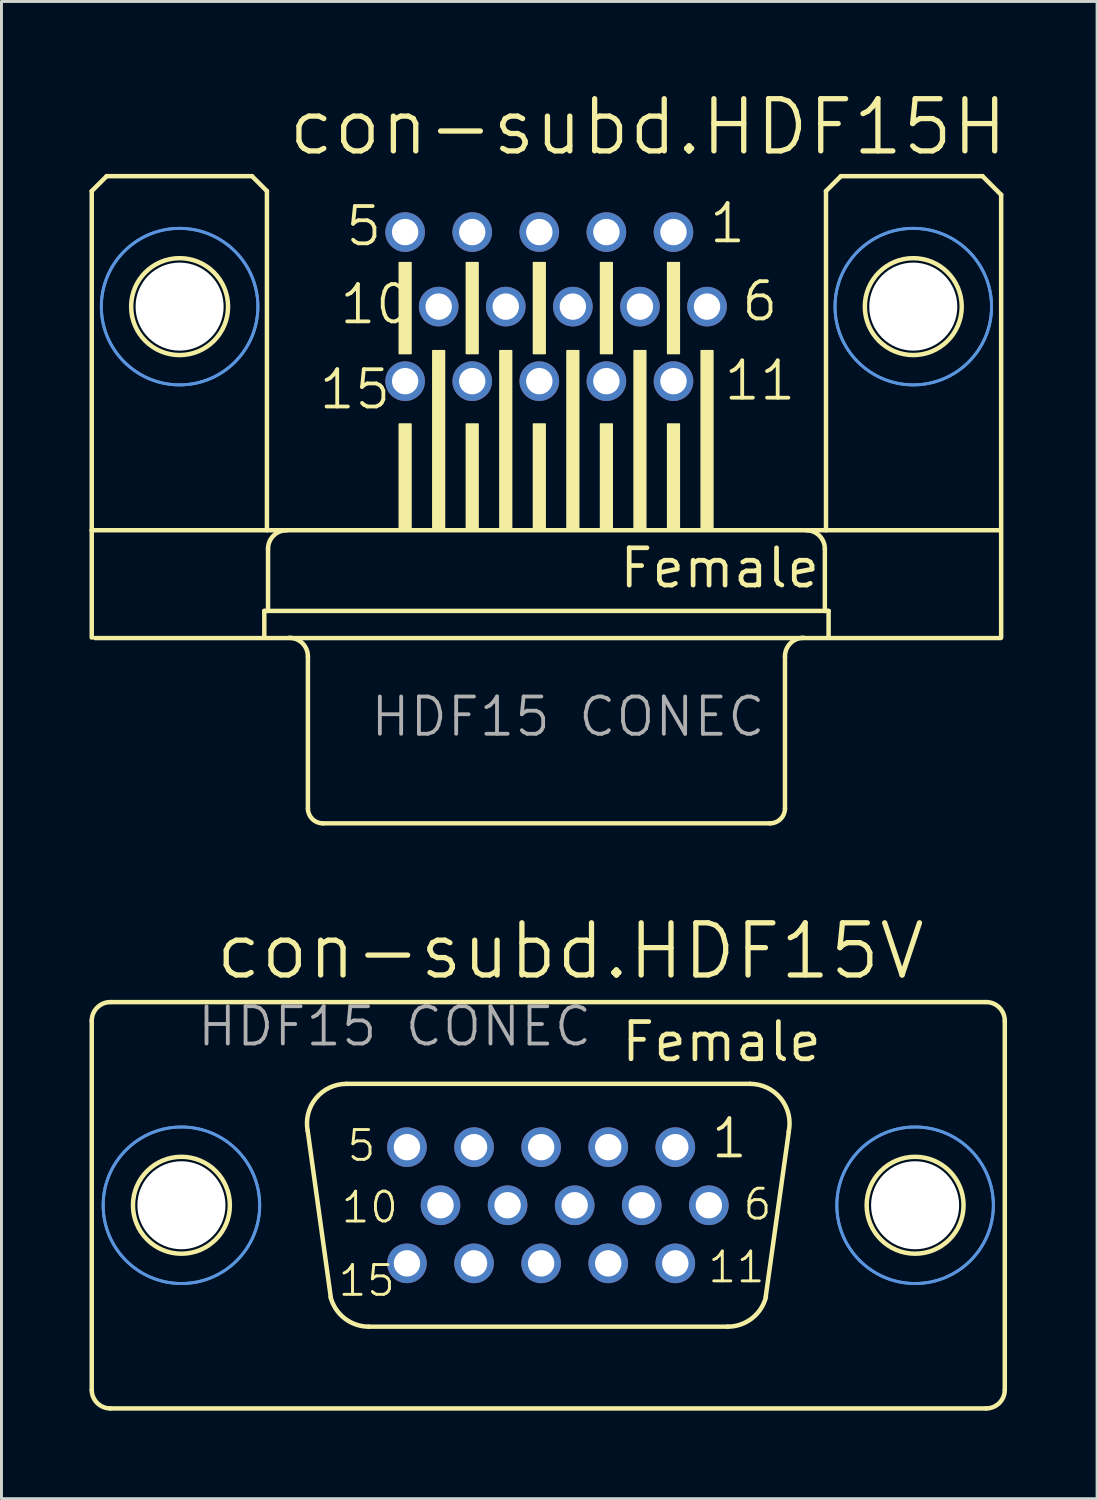
<source format=kicad_pcb>
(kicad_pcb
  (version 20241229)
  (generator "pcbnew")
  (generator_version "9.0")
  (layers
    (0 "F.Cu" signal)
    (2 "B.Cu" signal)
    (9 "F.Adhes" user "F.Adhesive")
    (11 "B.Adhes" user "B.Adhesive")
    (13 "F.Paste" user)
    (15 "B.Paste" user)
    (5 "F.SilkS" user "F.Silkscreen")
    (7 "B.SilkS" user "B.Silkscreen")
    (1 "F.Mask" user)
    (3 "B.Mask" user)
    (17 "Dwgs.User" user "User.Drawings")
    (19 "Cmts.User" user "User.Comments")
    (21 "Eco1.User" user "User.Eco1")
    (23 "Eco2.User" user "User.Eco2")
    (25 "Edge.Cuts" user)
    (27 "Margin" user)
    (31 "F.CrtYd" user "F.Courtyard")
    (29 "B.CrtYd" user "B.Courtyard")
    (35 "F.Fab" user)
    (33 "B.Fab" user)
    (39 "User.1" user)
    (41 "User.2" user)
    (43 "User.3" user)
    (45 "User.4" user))
  (footprint "con-subd.HDF15H"
    (layer "F.Cu")
    (at 15.57 7.398)
    (property "Reference" "con-subd.HDF15H" (at -8.89 -5.08 0) (layer "F.SilkS") (effects (font (size 1.778 1.778) (thickness 0.18)) (justify left bottom)))
    (attr through_hole)
    (fp_line (start -15.494 -3.937) (end -15.494 7.62) (stroke (width 0.152) (type default)) (layer "F.SilkS"))
    (fp_line (start -15.494 11.276) (end -15.494 7.62) (stroke (width 0.152) (type default)) (layer "F.SilkS"))
    (fp_line (start -14.986 -4.445) (end -15.494 -3.937) (stroke (width 0.152) (type default)) (layer "F.SilkS"))
    (fp_line (start -10.033 -4.445) (end -14.986 -4.445) (stroke (width 0.152) (type default)) (layer "F.SilkS"))
    (fp_line (start -9.614 10.368) (end -9.614 11.276) (stroke (width 0.152) (type default)) (layer "F.SilkS"))
    (fp_line (start -9.525 -3.937) (end -10.033 -4.445) (stroke (width 0.152) (type default)) (layer "F.SilkS"))
    (fp_line (start -9.525 -3.937) (end -9.525 7.62) (stroke (width 0.152) (type default)) (layer "F.SilkS"))
    (fp_line (start -9.487 8.255) (end -9.487 10.368) (stroke (width 0.152) (type default)) (layer "F.SilkS"))
    (fp_line (start -9.487 10.368) (end -9.614 10.368) (stroke (width 0.152) (type default)) (layer "F.SilkS"))
    (fp_line (start -8.128 11.919) (end -8.128 17.099) (stroke (width 0.152) (type default)) (layer "F.SilkS"))
    (fp_line (start 7.62 17.607) (end -7.62 17.607) (stroke (width 0.152) (type default)) (layer "F.SilkS"))
    (fp_line (start 8.128 11.919) (end 8.128 17.099) (stroke (width 0.152) (type default)) (layer "F.SilkS"))
    (fp_line (start 9.487 8.255) (end 9.487 10.368) (stroke (width 0.152) (type default)) (layer "F.SilkS"))
    (fp_line (start 9.487 10.368) (end -9.487 10.368) (stroke (width 0.152) (type default)) (layer "F.SilkS"))
    (fp_line (start 9.525 -3.937) (end 9.525 7.62) (stroke (width 0.152) (type default)) (layer "F.SilkS"))
    (fp_line (start 9.614 10.368) (end 9.487 10.368) (stroke (width 0.152) (type default)) (layer "F.SilkS"))
    (fp_line (start 9.614 10.368) (end 9.614 11.276) (stroke (width 0.152) (type default)) (layer "F.SilkS"))
    (fp_line (start 10.033 -4.445) (end 9.525 -3.937) (stroke (width 0.152) (type default)) (layer "F.SilkS"))
    (fp_line (start 10.033 -4.445) (end 14.859 -4.445) (stroke (width 0.152) (type default)) (layer "F.SilkS"))
    (fp_line (start 14.859 -4.445) (end 15.494 -3.81) (stroke (width 0.152) (type default)) (layer "F.SilkS"))
    (fp_line (start 15.475 7.62) (end -15.494 7.62) (stroke (width 0.152) (type default)) (layer "F.SilkS"))
    (fp_line (start 15.476 11.294) (end -15.38 11.294) (stroke (width 0.152) (type default)) (layer "F.SilkS"))
    (fp_line (start 15.494 -3.81) (end 15.494 11.276) (stroke (width 0.152) (type default)) (layer "F.SilkS"))
    (fp_rect (start -5.015 1.6) (end -4.615 -1.5) (stroke (width 0.05) (type default)) (fill yes) (layer "F.SilkS"))
    (fp_rect (start -5.015 7.6) (end -4.615 4) (stroke (width 0.05) (type default)) (fill yes) (layer "F.SilkS"))
    (fp_rect (start -3.872 7.6) (end -3.472 1.5) (stroke (width 0.05) (type default)) (fill yes) (layer "F.SilkS"))
    (fp_rect (start -2.729 1.6) (end -2.329 -1.5) (stroke (width 0.05) (type default)) (fill yes) (layer "F.SilkS"))
    (fp_rect (start -2.729 7.6) (end -2.329 4) (stroke (width 0.05) (type default)) (fill yes) (layer "F.SilkS"))
    (fp_rect (start -1.586 7.6) (end -1.186 1.5) (stroke (width 0.05) (type default)) (fill yes) (layer "F.SilkS"))
    (fp_rect (start -0.443 1.6) (end -0.043 -1.5) (stroke (width 0.05) (type default)) (fill yes) (layer "F.SilkS"))
    (fp_rect (start -0.443 7.6) (end -0.043 4) (stroke (width 0.05) (type default)) (fill yes) (layer "F.SilkS"))
    (fp_rect (start 0.7 7.6) (end 1.1 1.5) (stroke (width 0.05) (type default)) (fill yes) (layer "F.SilkS"))
    (fp_rect (start 1.843 1.6) (end 2.243 -1.5) (stroke (width 0.05) (type default)) (fill yes) (layer "F.SilkS"))
    (fp_rect (start 1.843 7.6) (end 2.243 4) (stroke (width 0.05) (type default)) (fill yes) (layer "F.SilkS"))
    (fp_rect (start 2.986 7.6) (end 3.386 1.5) (stroke (width 0.05) (type default)) (fill yes) (layer "F.SilkS"))
    (fp_rect (start 4.129 1.6) (end 4.529 -1.5) (stroke (width 0.05) (type default)) (fill yes) (layer "F.SilkS"))
    (fp_rect (start 4.129 7.6) (end 4.529 4) (stroke (width 0.05) (type default)) (fill yes) (layer "F.SilkS"))
    (fp_rect (start 5.272 7.6) (end 5.672 1.5) (stroke (width 0.05) (type default)) (fill yes) (layer "F.SilkS"))
    (fp_arc (start -9.487 8.255) (mid -9.301013 7.805987) (end -8.852 7.62) (stroke (width 0.1524) (type default)) (layer "F.SilkS"))
    (fp_arc (start -8.763 11.284) (mid -8.313987 11.469987) (end -8.128 11.919) (stroke (width 0.1524) (type default)) (layer "F.SilkS"))
    (fp_arc (start -7.62 17.607) (mid -7.97921 17.45821) (end -8.128 17.099) (stroke (width 0.1524) (type default)) (layer "F.SilkS"))
    (fp_arc (start 8.128 11.919) (mid 8.313987 11.469987) (end 8.763 11.284) (stroke (width 0.1524) (type default)) (layer "F.SilkS"))
    (fp_arc (start 8.128 17.099) (mid 7.97921 17.45821) (end 7.62 17.607) (stroke (width 0.1524) (type default)) (layer "F.SilkS"))
    (fp_arc (start 8.852 7.62) (mid 9.301013 7.805987) (end 9.487 8.255) (stroke (width 0.1524) (type default)) (layer "F.SilkS"))
    (fp_circle (center -12.5 0) (end -10.849 0) (stroke (width 0.152) (type default)) (fill no) (layer "F.SilkS"))
    (fp_circle (center 12.5 0) (end 14.151 0) (stroke (width 0.152) (type default)) (fill no) (layer "F.SilkS"))
    (fp_circle (center -12.5 0) (end -9.833 0) (stroke (width 0.1) (type default)) (fill no) (layer "Cmts.User"))
    (fp_circle (center -12.5 0) (end -9.833 0) (stroke (width 0.1) (type default)) (fill no) (layer "Cmts.User"))
    (fp_circle (center 12.5 0) (end 15.167 0) (stroke (width 0.1) (type default)) (fill no) (layer "Cmts.User"))
    (fp_circle (center 12.5 0) (end 15.167 0) (stroke (width 0.1) (type default)) (fill no) (layer "Cmts.User"))
    (fp_text user "1" (at 5.48 -2.095 0) (layer "F.SilkS") (effects (font (size 1.27 1.27) (thickness 0.13)) (justify left bottom)))
    (fp_text user "10" (at -7.115 0.665 0) (layer "F.SilkS") (effects (font (size 1.27 1.27) (thickness 0.13)) (justify left bottom)))
    (fp_text user "15" (at -7.82 3.565 0) (layer "F.SilkS") (effects (font (size 1.27 1.27) (thickness 0.13)) (justify left bottom)))
    (fp_text user "Female" (at 2.413 9.652 0) (layer "F.SilkS") (effects (font (size 1.27 1.27) (thickness 0.16)) (justify left bottom)))
    (fp_text user "5" (at -6.915 -1.995 0) (layer "F.SilkS") (effects (font (size 1.27 1.27) (thickness 0.13)) (justify left bottom)))
    (fp_text user "11" (at 5.98 3.265 0) (layer "F.SilkS") (effects (font (size 1.27 1.27) (thickness 0.13)) (justify left bottom)))
    (fp_text user "6" (at 6.58 0.565 0) (layer "F.SilkS") (effects (font (size 1.27 1.27) (thickness 0.13)) (justify left bottom)))
    (fp_text user "HDF15 CONEC" (at -6.064 14.717 0) (layer "F.Fab") (effects (font (size 1.27 1.27) (thickness 0.13)) (justify left bottom)))
    (pad "" np_thru_hole circle (at -12.5 0) (size 3 3) (drill 3) (layers "*.Cu" "*.Mask"))
    (pad "" np_thru_hole circle (at 12.5 0) (size 3 3) (drill 3) (layers "*.Cu" "*.Mask"))
    (pad "1" thru_hole circle (at 4.329 -2.54) (size 1.35 1.35) (drill 0.9) (layers "*.Cu" "*.Mask"))
    (pad "2" thru_hole circle (at 2.043 -2.54) (size 1.35 1.35) (drill 0.9) (layers "*.Cu" "*.Mask"))
    (pad "3" thru_hole circle (at -0.243 -2.54) (size 1.35 1.35) (drill 0.9) (layers "*.Cu" "*.Mask"))
    (pad "4" thru_hole circle (at -2.529 -2.54) (size 1.35 1.35) (drill 0.9) (layers "*.Cu" "*.Mask"))
    (pad "5" thru_hole circle (at -4.815 -2.54) (size 1.35 1.35) (drill 0.9) (layers "*.Cu" "*.Mask"))
    (pad "6" thru_hole circle (at 5.472 0) (size 1.35 1.35) (drill 0.9) (layers "*.Cu" "*.Mask"))
    (pad "7" thru_hole circle (at 3.186 0) (size 1.35 1.35) (drill 0.9) (layers "*.Cu" "*.Mask"))
    (pad "8" thru_hole circle (at 0.9 0) (size 1.35 1.35) (drill 0.9) (layers "*.Cu" "*.Mask"))
    (pad "9" thru_hole circle (at -1.386 0) (size 1.35 1.35) (drill 0.9) (layers "*.Cu" "*.Mask"))
    (pad "10" thru_hole circle (at -3.672 0) (size 1.35 1.35) (drill 0.9) (layers "*.Cu" "*.Mask"))
    (pad "11" thru_hole circle (at 4.329 2.54) (size 1.35 1.35) (drill 0.9) (layers "*.Cu" "*.Mask"))
    (pad "12" thru_hole circle (at 2.043 2.54) (size 1.35 1.35) (drill 0.9) (layers "*.Cu" "*.Mask"))
    (pad "13" thru_hole circle (at -0.243 2.54) (size 1.35 1.35) (drill 0.9) (layers "*.Cu" "*.Mask"))
    (pad "14" thru_hole circle (at -2.529 2.54) (size 1.35 1.35) (drill 0.9) (layers "*.Cu" "*.Mask"))
    (pad "15" thru_hole circle (at -4.815 2.54) (size 1.35 1.35) (drill 0.9) (layers "*.Cu" "*.Mask")))
  (footprint "con-subd.HDF15V"
    (layer "F.Cu")
    (at 15.632 38.019)
    (property "Reference" "con-subd.HDF15V" (at -11.43 -7.62 0) (layer "F.SilkS") (effects (font (size 1.778 1.778) (thickness 0.18)) (justify left bottom)))
    (attr through_hole)
    (fp_line (start -15.556 -6.288) (end -15.556 6.288) (stroke (width 0.152) (type default)) (layer "F.SilkS"))
    (fp_line (start -14.913 6.923) (end 14.921 6.923) (stroke (width 0.152) (type default)) (layer "F.SilkS"))
    (fp_line (start -7.409 3.146) (end -8.197 -2.537) (stroke (width 0.152) (type default)) (layer "F.SilkS"))
    (fp_line (start -6.876 -4.137) (end 6.876 -4.137) (stroke (width 0.152) (type default)) (layer "F.SilkS"))
    (fp_line (start -6.114 4.137) (end 6.114 4.137) (stroke (width 0.152) (type default)) (layer "F.SilkS"))
    (fp_line (start 8.197 -2.511) (end 7.409 3.121) (stroke (width 0.152) (type default)) (layer "F.SilkS"))
    (fp_line (start 14.913 -6.923) (end -14.921 -6.923) (stroke (width 0.152) (type default)) (layer "F.SilkS"))
    (fp_line (start 15.556 -6.288) (end 15.556 6.288) (stroke (width 0.152) (type default)) (layer "F.SilkS"))
    (fp_arc (start -15.556 -6.288) (mid -15.370013 -6.737013) (end -14.921 -6.923) (stroke (width 0.1524) (type default)) (layer "F.SilkS"))
    (fp_arc (start -14.921 6.923) (mid -15.370013 6.737013) (end -15.556 6.288) (stroke (width 0.1524) (type default)) (layer "F.SilkS"))
    (fp_arc (start -8.1961 -2.5268) (mid -7.917082 -3.644284) (end -6.876 -4.137) (stroke (width 0.1524) (type default)) (layer "F.SilkS"))
    (fp_arc (start -6.114 4.137) (mid -6.9375 3.855746) (end -7.4169 3.1295) (stroke (width 0.1524) (type default)) (layer "F.SilkS"))
    (fp_arc (start 6.876 -4.137) (mid 7.924556 -3.635184) (end 8.1915 -2.5038) (stroke (width 0.1524) (type default)) (layer "F.SilkS"))
    (fp_arc (start 7.4169 3.1295) (mid 6.9375 3.855746) (end 6.114 4.137) (stroke (width 0.1524) (type default)) (layer "F.SilkS"))
    (fp_arc (start 14.921 -6.923) (mid 15.370013 -6.737013) (end 15.556 -6.288) (stroke (width 0.1524) (type default)) (layer "F.SilkS"))
    (fp_arc (start 15.556 6.288) (mid 15.370013 6.737013) (end 14.921 6.923) (stroke (width 0.1524) (type default)) (layer "F.SilkS"))
    (fp_circle (center -12.5 0) (end -10.849 0) (stroke (width 0.152) (type default)) (fill no) (layer "F.SilkS"))
    (fp_circle (center 12.5 0) (end 14.151 0) (stroke (width 0.152) (type default)) (fill no) (layer "F.SilkS"))
    (fp_circle (center -12.5 0) (end -9.833 0) (stroke (width 0.1) (type default)) (fill no) (layer "Cmts.User"))
    (fp_circle (center -12.5 0) (end -9.833 0) (stroke (width 0.1) (type default)) (fill no) (layer "Cmts.User"))
    (fp_circle (center 12.5 0) (end 15.167 0) (stroke (width 0.1) (type default)) (fill no) (layer "Cmts.User"))
    (fp_circle (center 12.5 0) (end 15.167 0) (stroke (width 0.1) (type default)) (fill no) (layer "Cmts.User"))
    (fp_text user "11" (at 5.38 2.705 0) (layer "F.SilkS") (effects (font (size 1.016 1.016) (thickness 0.1)) (justify left bottom)))
    (fp_text user "5" (at -6.915 -1.435 0) (layer "F.SilkS") (effects (font (size 1.016 1.016) (thickness 0.1)) (justify left bottom)))
    (fp_text user "15" (at -7.22 3.165 0) (layer "F.SilkS") (effects (font (size 1.016 1.016) (thickness 0.1)) (justify left bottom)))
    (fp_text user "1" (at 5.48 -1.535 0) (layer "F.SilkS") (effects (font (size 1.27 1.27) (thickness 0.13)) (justify left bottom)))
    (fp_text user "10" (at -7.115 0.665 0) (layer "F.SilkS") (effects (font (size 1.016 1.016) (thickness 0.1)) (justify left bottom)))
    (fp_text user "6" (at 6.58 0.565 0) (layer "F.SilkS") (effects (font (size 1.016 1.016) (thickness 0.1)) (justify left bottom)))
    (fp_text user "Female" (at 2.413 -4.826 0) (layer "F.SilkS") (effects (font (size 1.27 1.27) (thickness 0.16)) (justify left bottom)))
    (fp_text user "HDF15 CONEC" (at -12.033 -5.349 0) (layer "F.Fab") (effects (font (size 1.27 1.27) (thickness 0.13)) (justify left bottom)))
    (pad "" np_thru_hole circle (at -12.5 0) (size 3 3) (drill 3) (layers "*.Cu" "*.Mask"))
    (pad "" np_thru_hole circle (at 12.5 0) (size 3 3) (drill 3) (layers "*.Cu" "*.Mask"))
    (pad "1" thru_hole circle (at 4.329 -1.98) (size 1.35 1.35) (drill 0.9) (layers "*.Cu" "*.Mask"))
    (pad "2" thru_hole circle (at 2.043 -1.98) (size 1.35 1.35) (drill 0.9) (layers "*.Cu" "*.Mask"))
    (pad "3" thru_hole circle (at -0.243 -1.98) (size 1.35 1.35) (drill 0.9) (layers "*.Cu" "*.Mask"))
    (pad "4" thru_hole circle (at -2.529 -1.98) (size 1.35 1.35) (drill 0.9) (layers "*.Cu" "*.Mask"))
    (pad "5" thru_hole circle (at -4.815 -1.98) (size 1.35 1.35) (drill 0.9) (layers "*.Cu" "*.Mask"))
    (pad "6" thru_hole circle (at 5.472 0) (size 1.35 1.35) (drill 0.9) (layers "*.Cu" "*.Mask"))
    (pad "7" thru_hole circle (at 3.186 0) (size 1.35 1.35) (drill 0.9) (layers "*.Cu" "*.Mask"))
    (pad "8" thru_hole circle (at 0.9 0) (size 1.35 1.35) (drill 0.9) (layers "*.Cu" "*.Mask"))
    (pad "9" thru_hole circle (at -1.386 0) (size 1.35 1.35) (drill 0.9) (layers "*.Cu" "*.Mask"))
    (pad "10" thru_hole circle (at -3.672 0) (size 1.35 1.35) (drill 0.9) (layers "*.Cu" "*.Mask"))
    (pad "11" thru_hole circle (at 4.329 1.98) (size 1.35 1.35) (drill 0.9) (layers "*.Cu" "*.Mask"))
    (pad "12" thru_hole circle (at 2.043 1.98) (size 1.35 1.35) (drill 0.9) (layers "*.Cu" "*.Mask"))
    (pad "13" thru_hole circle (at -0.243 1.98) (size 1.35 1.35) (drill 0.9) (layers "*.Cu" "*.Mask"))
    (pad "14" thru_hole circle (at -2.529 1.98) (size 1.35 1.35) (drill 0.9) (layers "*.Cu" "*.Mask"))
    (pad "15" thru_hole circle (at -4.815 1.98) (size 1.35 1.35) (drill 0.9) (layers "*.Cu" "*.Mask")))
  (gr_rect
    (start -3 -3)
    (end 34.333 48.018)
    (stroke (width 0.1) (type default))
    (fill no)
    (layer "Edge.Cuts")))
</source>
